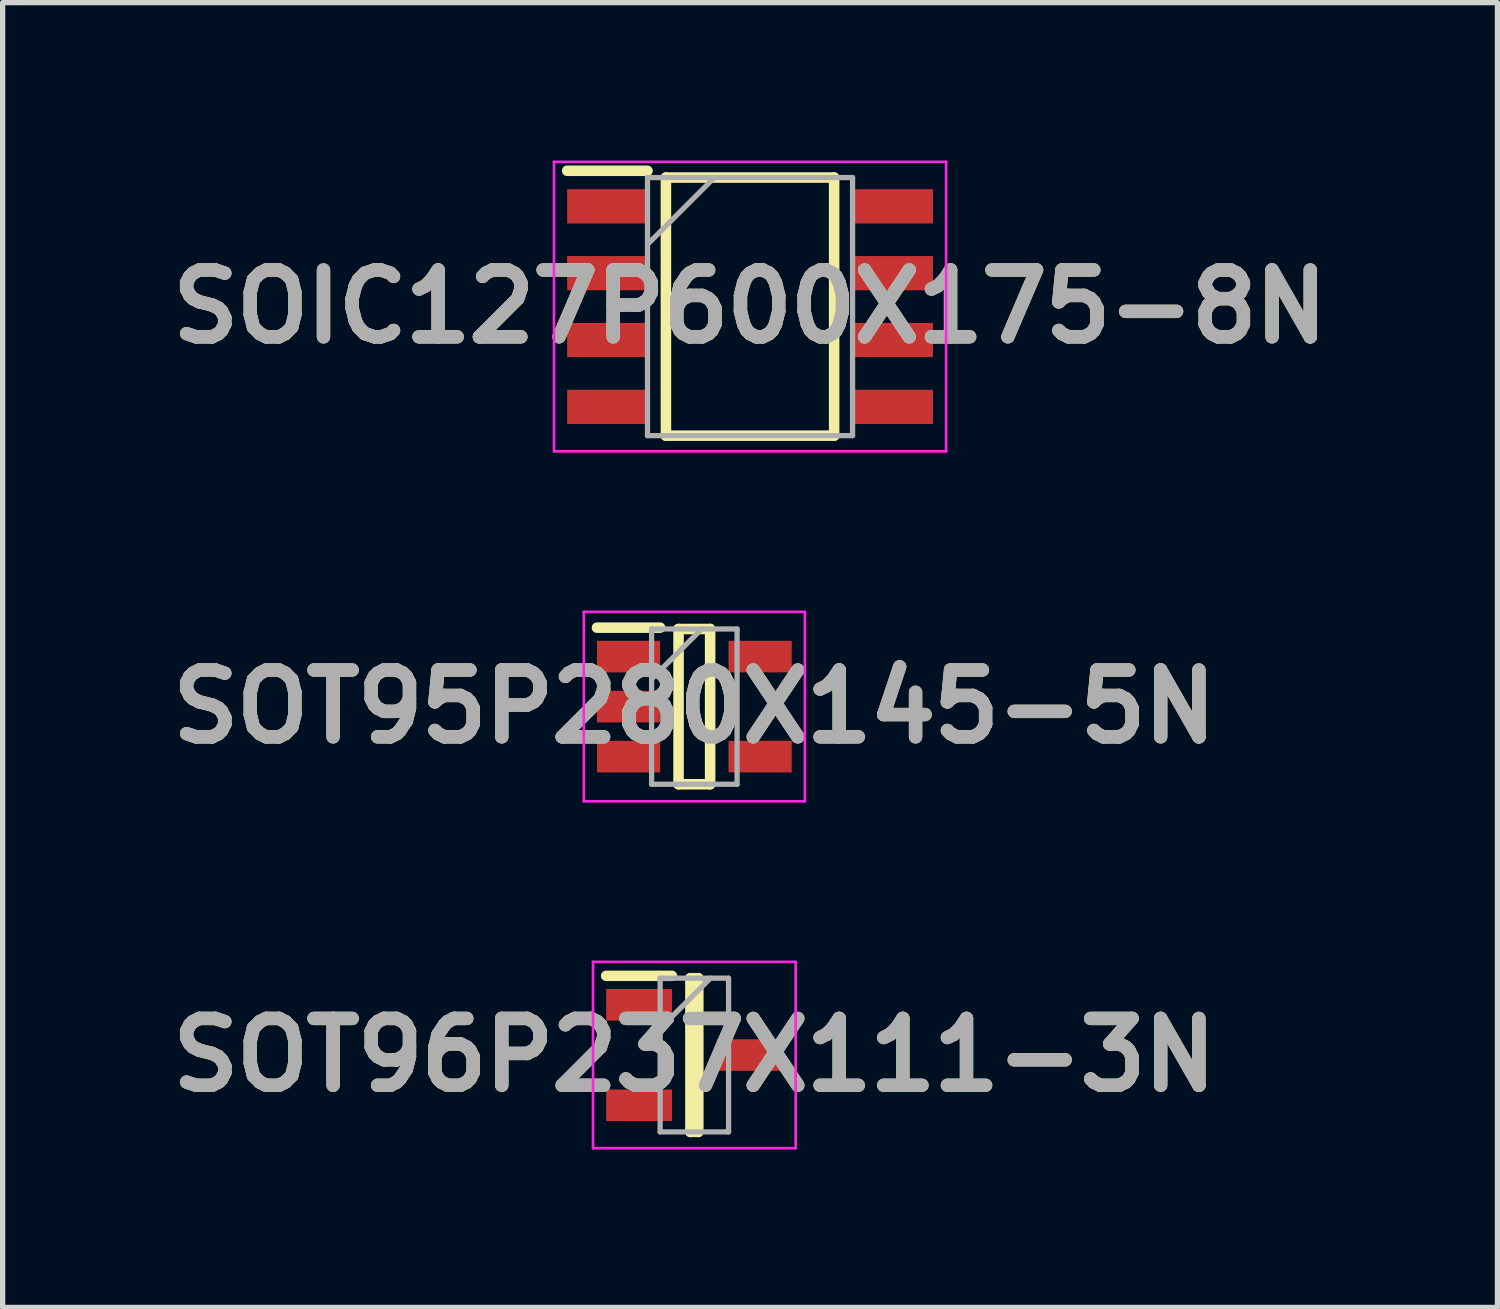
<source format=kicad_pcb>
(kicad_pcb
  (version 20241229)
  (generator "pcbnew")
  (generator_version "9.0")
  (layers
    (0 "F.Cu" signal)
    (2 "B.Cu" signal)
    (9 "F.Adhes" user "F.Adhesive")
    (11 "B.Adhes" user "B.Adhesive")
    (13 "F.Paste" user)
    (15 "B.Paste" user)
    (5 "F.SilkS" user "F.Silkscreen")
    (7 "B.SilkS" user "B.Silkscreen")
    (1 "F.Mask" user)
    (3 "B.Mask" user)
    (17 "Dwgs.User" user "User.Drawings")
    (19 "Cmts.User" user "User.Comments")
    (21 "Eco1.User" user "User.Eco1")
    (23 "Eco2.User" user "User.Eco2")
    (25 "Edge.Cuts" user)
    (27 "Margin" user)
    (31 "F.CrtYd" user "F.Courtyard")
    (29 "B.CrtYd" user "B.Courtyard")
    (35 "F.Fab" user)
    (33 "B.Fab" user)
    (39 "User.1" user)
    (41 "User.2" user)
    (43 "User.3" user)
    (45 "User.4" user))
  (footprint "SOIC127P600X175-8N"
    (layer "F.Cu")
    (at 11.2 2.775)
    (property "Reference" "SOIC127P600X175-8N" (at 0 0 0) (layer "F.SilkS") (effects (font (size 1.27 1.27) (thickness 0.254))))
    (attr smd)
    (fp_line (start -3.475 -2.58) (end -1.948 -2.58) (stroke (width 0.2) (type solid)) (layer "F.SilkS"))
    (fp_line (start -1.598 -2.452) (end 1.598 -2.452) (stroke (width 0.2) (type solid)) (layer "F.SilkS"))
    (fp_line (start -1.598 2.452) (end -1.598 -2.452) (stroke (width 0.2) (type solid)) (layer "F.SilkS"))
    (fp_line (start 1.598 -2.452) (end 1.598 2.452) (stroke (width 0.2) (type solid)) (layer "F.SilkS"))
    (fp_line (start 1.598 2.452) (end -1.598 2.452) (stroke (width 0.2) (type solid)) (layer "F.SilkS"))
    (fp_line (start -3.725 -2.75) (end 3.725 -2.75) (stroke (width 0.05) (type solid)) (layer "F.CrtYd"))
    (fp_line (start -3.725 2.75) (end -3.725 -2.75) (stroke (width 0.05) (type solid)) (layer "F.CrtYd"))
    (fp_line (start 3.725 -2.75) (end 3.725 2.75) (stroke (width 0.05) (type solid)) (layer "F.CrtYd"))
    (fp_line (start 3.725 2.75) (end -3.725 2.75) (stroke (width 0.05) (type solid)) (layer "F.CrtYd"))
    (fp_line (start -1.948 -2.452) (end 1.948 -2.452) (stroke (width 0.1) (type solid)) (layer "F.Fab"))
    (fp_line (start -1.948 -1.182) (end -0.678 -2.452) (stroke (width 0.1) (type solid)) (layer "F.Fab"))
    (fp_line (start -1.948 2.452) (end -1.948 -2.452) (stroke (width 0.1) (type solid)) (layer "F.Fab"))
    (fp_line (start 1.948 -2.452) (end 1.948 2.452) (stroke (width 0.1) (type solid)) (layer "F.Fab"))
    (fp_line (start 1.948 2.452) (end -1.948 2.452) (stroke (width 0.1) (type solid)) (layer "F.Fab"))
    (fp_text user "${REFERENCE}" (at 0 0 0) (layer "F.Fab") (effects (font (size 1.27 1.27) (thickness 0.254))))
    (pad "1" smd rect (at -2.711 -1.905 90) (size 0.65 1.528) (layers "F.Cu" "F.Mask" "F.Paste"))
    (pad "2" smd rect (at -2.711 -0.635 90) (size 0.65 1.528) (layers "F.Cu" "F.Mask" "F.Paste"))
    (pad "3" smd rect (at -2.711 0.635 90) (size 0.65 1.528) (layers "F.Cu" "F.Mask" "F.Paste"))
    (pad "4" smd rect (at -2.711 1.905 90) (size 0.65 1.528) (layers "F.Cu" "F.Mask" "F.Paste"))
    (pad "5" smd rect (at 2.711 1.905 90) (size 0.65 1.528) (layers "F.Cu" "F.Mask" "F.Paste"))
    (pad "6" smd rect (at 2.711 0.635 90) (size 0.65 1.528) (layers "F.Cu" "F.Mask" "F.Paste"))
    (pad "7" smd rect (at 2.711 -0.635 90) (size 0.65 1.528) (layers "F.Cu" "F.Mask" "F.Paste"))
    (pad "8" smd rect (at 2.711 -1.905 90) (size 0.65 1.528) (layers "F.Cu" "F.Mask" "F.Paste")))
  (footprint "SOT95P280X145-5N"
    (layer "F.Cu")
    (at 10.142 10.375)
    (property "Reference" "SOT95P280X145-5N" (at 0 0 0) (layer "F.SilkS") (effects (font (size 1.27 1.27) (thickness 0.254))))
    (attr smd)
    (fp_line (start -1.85 -1.5) (end -0.65 -1.5) (stroke (width 0.2) (type solid)) (layer "F.SilkS"))
    (fp_line (start -0.3 -1.475) (end 0.3 -1.475) (stroke (width 0.2) (type solid)) (layer "F.SilkS"))
    (fp_line (start -0.3 1.475) (end -0.3 -1.475) (stroke (width 0.2) (type solid)) (layer "F.SilkS"))
    (fp_line (start 0.3 -1.475) (end 0.3 1.475) (stroke (width 0.2) (type solid)) (layer "F.SilkS"))
    (fp_line (start 0.3 1.475) (end -0.3 1.475) (stroke (width 0.2) (type solid)) (layer "F.SilkS"))
    (fp_line (start -2.1 -1.8) (end 2.1 -1.8) (stroke (width 0.05) (type solid)) (layer "F.CrtYd"))
    (fp_line (start -2.1 1.8) (end -2.1 -1.8) (stroke (width 0.05) (type solid)) (layer "F.CrtYd"))
    (fp_line (start 2.1 -1.8) (end 2.1 1.8) (stroke (width 0.05) (type solid)) (layer "F.CrtYd"))
    (fp_line (start 2.1 1.8) (end -2.1 1.8) (stroke (width 0.05) (type solid)) (layer "F.CrtYd"))
    (fp_line (start -0.812 -1.475) (end 0.812 -1.475) (stroke (width 0.1) (type solid)) (layer "F.Fab"))
    (fp_line (start -0.812 -0.525) (end 0.138 -1.475) (stroke (width 0.1) (type solid)) (layer "F.Fab"))
    (fp_line (start -0.812 1.475) (end -0.812 -1.475) (stroke (width 0.1) (type solid)) (layer "F.Fab"))
    (fp_line (start 0.812 -1.475) (end 0.812 1.475) (stroke (width 0.1) (type solid)) (layer "F.Fab"))
    (fp_line (start 0.812 1.475) (end -0.812 1.475) (stroke (width 0.1) (type solid)) (layer "F.Fab"))
    (fp_text user "${REFERENCE}" (at 0 0 0) (layer "F.Fab") (effects (font (size 1.27 1.27) (thickness 0.254))))
    (pad "1" smd rect (at -1.25 -0.95 90) (size 0.6 1.2) (layers "F.Cu" "F.Mask" "F.Paste"))
    (pad "2" smd rect (at -1.25 0 90) (size 0.6 1.2) (layers "F.Cu" "F.Mask" "F.Paste"))
    (pad "3" smd rect (at -1.25 0.95 90) (size 0.6 1.2) (layers "F.Cu" "F.Mask" "F.Paste"))
    (pad "4" smd rect (at 1.25 0.95 90) (size 0.6 1.2) (layers "F.Cu" "F.Mask" "F.Paste"))
    (pad "5" smd rect (at 1.25 -0.95 90) (size 0.6 1.2) (layers "F.Cu" "F.Mask" "F.Paste")))
  (footprint "SOT96P237X111-3N"
    (layer "F.Cu")
    (at 10.142 16.995)
    (property "Reference" "SOT96P237X111-3N" (at 0 0 0) (layer "F.SilkS") (effects (font (size 1.27 1.27) (thickness 0.254))))
    (attr smd)
    (fp_line (start -1.675 -1.505) (end -0.425 -1.505) (stroke (width 0.2) (type solid)) (layer "F.SilkS"))
    (fp_line (start -0.075 -1.46) (end 0.075 -1.46) (stroke (width 0.2) (type solid)) (layer "F.SilkS"))
    (fp_line (start -0.075 1.46) (end -0.075 -1.46) (stroke (width 0.2) (type solid)) (layer "F.SilkS"))
    (fp_line (start 0.075 -1.46) (end 0.075 1.46) (stroke (width 0.2) (type solid)) (layer "F.SilkS"))
    (fp_line (start 0.075 1.46) (end -0.075 1.46) (stroke (width 0.2) (type solid)) (layer "F.SilkS"))
    (fp_line (start -1.925 -1.77) (end 1.925 -1.77) (stroke (width 0.05) (type solid)) (layer "F.CrtYd"))
    (fp_line (start -1.925 1.77) (end -1.925 -1.77) (stroke (width 0.05) (type solid)) (layer "F.CrtYd"))
    (fp_line (start 1.925 -1.77) (end 1.925 1.77) (stroke (width 0.05) (type solid)) (layer "F.CrtYd"))
    (fp_line (start 1.925 1.77) (end -1.925 1.77) (stroke (width 0.05) (type solid)) (layer "F.CrtYd"))
    (fp_line (start -0.65 -1.46) (end 0.65 -1.46) (stroke (width 0.1) (type solid)) (layer "F.Fab"))
    (fp_line (start -0.65 -0.505) (end 0.305 -1.46) (stroke (width 0.1) (type solid)) (layer "F.Fab"))
    (fp_line (start -0.65 1.46) (end -0.65 -1.46) (stroke (width 0.1) (type solid)) (layer "F.Fab"))
    (fp_line (start 0.65 -1.46) (end 0.65 1.46) (stroke (width 0.1) (type solid)) (layer "F.Fab"))
    (fp_line (start 0.65 1.46) (end -0.65 1.46) (stroke (width 0.1) (type solid)) (layer "F.Fab"))
    (fp_text user "${REFERENCE}" (at 0 0 0) (layer "F.Fab") (effects (font (size 1.27 1.27) (thickness 0.254))))
    (pad "1" smd rect (at -1.05 -0.955 90) (size 0.6 1.25) (layers "F.Cu" "F.Mask" "F.Paste"))
    (pad "2" smd rect (at -1.05 0.955 90) (size 0.6 1.25) (layers "F.Cu" "F.Mask" "F.Paste"))
    (pad "3" smd rect (at 1.05 0 90) (size 0.6 1.25) (layers "F.Cu" "F.Mask" "F.Paste")))
  (gr_rect
    (start -3 -3)
    (end 25.4 21.79)
    (stroke (width 0.1) (type default))
    (fill no)
    (layer "Edge.Cuts")))
</source>
